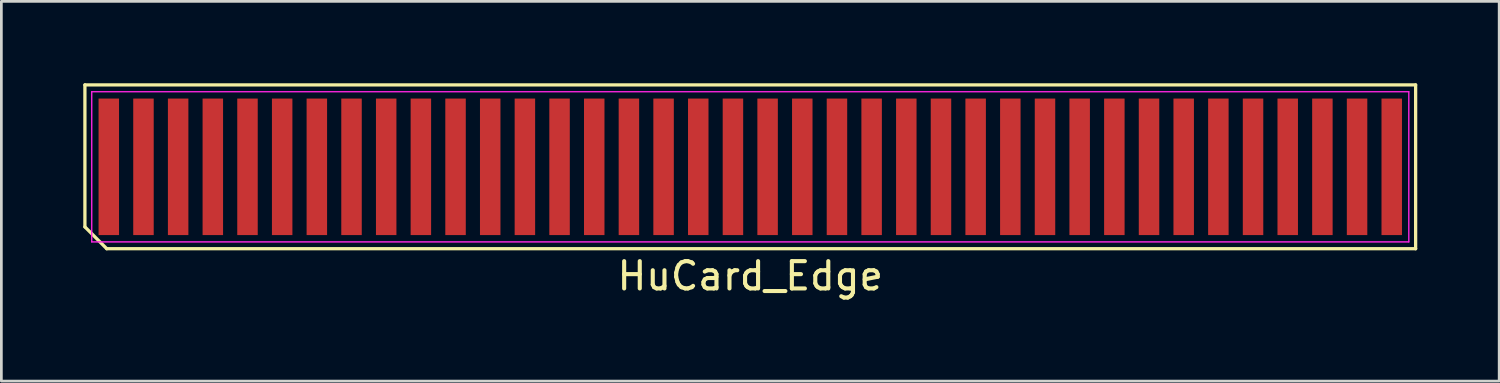
<source format=kicad_pcb>
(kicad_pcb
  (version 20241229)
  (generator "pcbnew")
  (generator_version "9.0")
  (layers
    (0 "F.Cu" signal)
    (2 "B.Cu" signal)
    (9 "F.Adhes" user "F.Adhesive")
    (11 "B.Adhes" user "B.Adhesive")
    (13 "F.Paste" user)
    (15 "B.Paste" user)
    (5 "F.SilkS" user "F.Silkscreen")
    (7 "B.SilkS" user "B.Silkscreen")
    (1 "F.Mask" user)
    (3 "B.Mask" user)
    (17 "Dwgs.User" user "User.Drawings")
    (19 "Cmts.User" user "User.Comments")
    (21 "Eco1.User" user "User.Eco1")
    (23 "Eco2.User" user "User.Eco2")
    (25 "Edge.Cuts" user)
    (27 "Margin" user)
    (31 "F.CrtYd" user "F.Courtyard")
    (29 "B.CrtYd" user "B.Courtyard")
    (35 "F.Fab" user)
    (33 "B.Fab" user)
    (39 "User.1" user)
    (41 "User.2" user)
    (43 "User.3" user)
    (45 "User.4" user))
  (footprint "HuCard_Edge"
    (layer "F.Cu")
    (at 24.43 3.06)
    (property "Reference" "HuCard_Edge" (at 0 4 0) (unlocked yes) (layer "F.SilkS") (effects (font (size 1 1) (thickness 0.15))))
    (attr smd)
    (fp_line (start -24.37 -3) (end 24.37 -3) (stroke (width 0.12) (type default)) (layer "F.SilkS"))
    (fp_line (start -24.37 2.2) (end -24.37 -3) (stroke (width 0.12) (type default)) (layer "F.SilkS"))
    (fp_line (start -23.57 3) (end -24.37 2.2) (stroke (width 0.12) (type default)) (layer "F.SilkS"))
    (fp_line (start 24.37 -3) (end 24.37 3) (stroke (width 0.12) (type default)) (layer "F.SilkS"))
    (fp_line (start 24.37 3) (end -23.57 3) (stroke (width 0.12) (type default)) (layer "F.SilkS"))
    (fp_line (start -24.12 -2.75) (end 24.12 -2.75) (stroke (width 0.05) (type default)) (layer "F.CrtYd"))
    (fp_line (start -24.12 2.75) (end -24.12 -2.75) (stroke (width 0.05) (type default)) (layer "F.CrtYd"))
    (fp_line (start 24.12 -2.75) (end 24.12 2.75) (stroke (width 0.05) (type default)) (layer "F.CrtYd"))
    (fp_line (start 24.12 2.75) (end -24.12 2.75) (stroke (width 0.05) (type default)) (layer "F.CrtYd"))
    (pad "1" smd rect (at -23.495 0) (size 0.75 5) (layers "F.Cu" "F.Mask" "F.Paste"))
    (pad "2" smd rect (at -22.225 0) (size 0.75 5) (layers "F.Cu" "F.Mask" "F.Paste"))
    (pad "3" smd rect (at -20.955 0) (size 0.75 5) (layers "F.Cu" "F.Mask" "F.Paste"))
    (pad "4" smd rect (at -19.685 0) (size 0.75 5) (layers "F.Cu" "F.Mask" "F.Paste"))
    (pad "5" smd rect (at -18.415 0) (size 0.75 5) (layers "F.Cu" "F.Mask" "F.Paste"))
    (pad "6" smd rect (at -17.145 0) (size 0.75 5) (layers "F.Cu" "F.Mask" "F.Paste"))
    (pad "7" smd rect (at -15.875 0) (size 0.75 5) (layers "F.Cu" "F.Mask" "F.Paste"))
    (pad "8" smd rect (at -14.605 0) (size 0.75 5) (layers "F.Cu" "F.Mask" "F.Paste"))
    (pad "9" smd rect (at -13.335 0) (size 0.75 5) (layers "F.Cu" "F.Mask" "F.Paste"))
    (pad "10" smd rect (at -12.065 0) (size 0.75 5) (layers "F.Cu" "F.Mask" "F.Paste"))
    (pad "11" smd rect (at -10.795 0) (size 0.75 5) (layers "F.Cu" "F.Mask" "F.Paste"))
    (pad "12" smd rect (at -9.525 0) (size 0.75 5) (layers "F.Cu" "F.Mask" "F.Paste"))
    (pad "13" smd rect (at -8.255 0) (size 0.75 5) (layers "F.Cu" "F.Mask" "F.Paste"))
    (pad "14" smd rect (at -6.985 0) (size 0.75 5) (layers "F.Cu" "F.Mask" "F.Paste"))
    (pad "15" smd rect (at -5.715 0) (size 0.75 5) (layers "F.Cu" "F.Mask" "F.Paste"))
    (pad "16" smd rect (at -4.445 0) (size 0.75 5) (layers "F.Cu" "F.Mask" "F.Paste"))
    (pad "17" smd rect (at -3.175 0) (size 0.75 5) (layers "F.Cu" "F.Mask" "F.Paste"))
    (pad "18" smd rect (at -1.905 0) (size 0.75 5) (layers "F.Cu" "F.Mask" "F.Paste"))
    (pad "19" smd rect (at -0.635 0) (size 0.75 5) (layers "F.Cu" "F.Mask" "F.Paste"))
    (pad "20" smd rect (at 0.635 0) (size 0.75 5) (layers "F.Cu" "F.Mask" "F.Paste"))
    (pad "21" smd rect (at 1.905 0) (size 0.75 5) (layers "F.Cu" "F.Mask" "F.Paste"))
    (pad "22" smd rect (at 3.175 0) (size 0.75 5) (layers "F.Cu" "F.Mask" "F.Paste"))
    (pad "23" smd rect (at 4.445 0) (size 0.75 5) (layers "F.Cu" "F.Mask" "F.Paste"))
    (pad "24" smd rect (at 5.715 0) (size 0.75 5) (layers "F.Cu" "F.Mask" "F.Paste"))
    (pad "25" smd rect (at 6.985 0) (size 0.75 5) (layers "F.Cu" "F.Mask" "F.Paste"))
    (pad "26" smd rect (at 8.255 0) (size 0.75 5) (layers "F.Cu" "F.Mask" "F.Paste"))
    (pad "27" smd rect (at 9.525 0) (size 0.75 5) (layers "F.Cu" "F.Mask" "F.Paste"))
    (pad "28" smd rect (at 10.795 0) (size 0.75 5) (layers "F.Cu" "F.Mask" "F.Paste"))
    (pad "29" smd rect (at 12.065 0) (size 0.75 5) (layers "F.Cu" "F.Mask" "F.Paste"))
    (pad "30" smd rect (at 13.335 0) (size 0.75 5) (layers "F.Cu" "F.Mask" "F.Paste"))
    (pad "31" smd rect (at 14.605 0) (size 0.75 5) (layers "F.Cu" "F.Mask" "F.Paste"))
    (pad "32" smd rect (at 15.875 0) (size 0.75 5) (layers "F.Cu" "F.Mask" "F.Paste"))
    (pad "33" smd rect (at 17.145 0) (size 0.75 5) (layers "F.Cu" "F.Mask" "F.Paste"))
    (pad "34" smd rect (at 18.415 0) (size 0.75 5) (layers "F.Cu" "F.Mask" "F.Paste"))
    (pad "35" smd rect (at 19.685 0) (size 0.75 5) (layers "F.Cu" "F.Mask" "F.Paste"))
    (pad "36" smd rect (at 20.955 0) (size 0.75 5) (layers "F.Cu" "F.Mask" "F.Paste"))
    (pad "37" smd rect (at 22.225 0) (size 0.75 5) (layers "F.Cu" "F.Mask" "F.Paste"))
    (pad "38" smd rect (at 23.495 0) (size 0.75 5) (layers "F.Cu" "F.Mask" "F.Paste")))
  (gr_rect
    (start -3 -3)
    (end 51.86 10.908)
    (stroke (width 0.1) (type default))
    (fill no)
    (layer "Edge.Cuts")))
</source>
